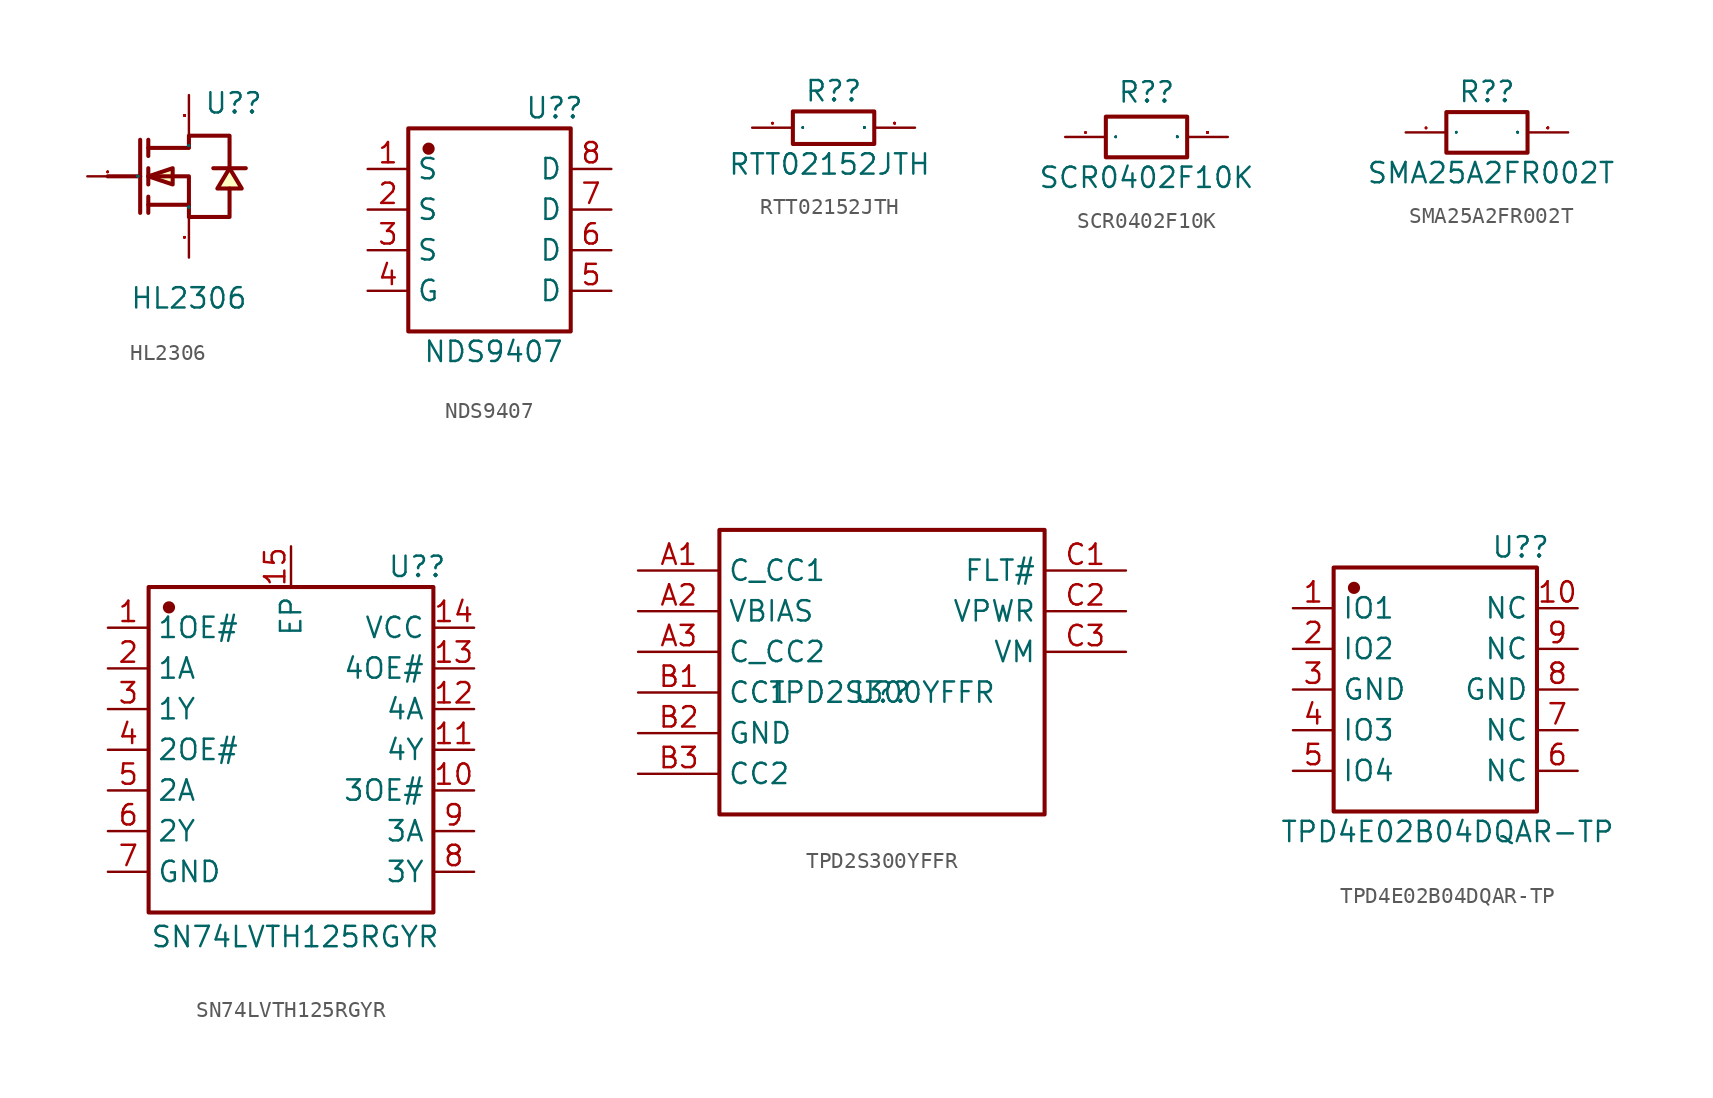
<source format=kicad_sym>
(kicad_symbol_lib
  (version 20231120)
  (generator "kicad_symbol_editor")
  (generator_version "8.0")
  (symbol "HL2306"
    (property "Reference" "U?"
      (at 4.064 4.572 0)
      (effects (font (size 1.27 1.27))))
    (property "Value" "HL2306"
      (at 1.27 -7.62 0)
      (effects (font (size 1.27 1.27))))
    (symbol "HL2306_0_0"
      (polyline (pts (xy -3.81 0) (xy -1.778 0)) (stroke (width 0.254) (type solid)) (fill (type none)))
      (polyline (pts (xy -1.778 2.286) (xy -1.778 -2.286)) (stroke (width 0.254) (type solid)) (fill (type none)))
      (polyline (pts (xy -1.27 -2.286) (xy -1.27 -1.27)) (stroke (width 0.254) (type solid)) (fill (type none)))
      (polyline (pts (xy -1.27 -0.508) (xy -1.27 0.508)) (stroke (width 0.254) (type solid)) (fill (type none)))
      (polyline (pts (xy -1.27 2.286) (xy -1.27 1.27)) (stroke (width 0.254) (type solid)) (fill (type none)))
      (polyline (pts (xy 1.27 -1.778) (xy -1.27 -1.778)) (stroke (width 0.254) (type solid)) (fill (type none)))
      (polyline (pts (xy -1.27 0) (xy 0.254 -0.508) (xy 0.254 0.508) (xy -1.27 0)) (stroke (width 0.254) (type solid)) (fill (type background)))
      (polyline (pts (xy 3.81 0.508) (xy 3.048 -0.762) (xy 4.572 -0.762) (xy 3.81 0.508)) (stroke (width 0.254) (type solid)) (fill (type background)))
      (polyline (pts (xy 4.826 0.508) (xy 4.318 0.508) (xy 3.302 0.508) (xy 2.794 0.508)) (stroke (width 0.254) (type solid)) (fill (type none)))
      (polyline (pts (xy -1.27 0) (xy 1.27 0) (xy 1.27 -2.54) (xy 3.81 -2.54) (xy 3.81 -0.762)) (stroke (width 0.254) (type solid)) (fill (type none)))
      (polyline (pts (xy -1.27 1.778) (xy 1.27 1.778) (xy 1.27 2.54) (xy 3.81 2.54) (xy 3.81 0.508)) (stroke (width 0.254) (type solid)) (fill (type none)))
      (pin unspecified line (at -5.08 0 0) (length 2.54) (name "G" (effects (font (size 0.025 0.025)))) (number "1" (effects (font (size 0.025 0.025)))))
      (pin unspecified line (at 1.27 -5.08 90) (length 2.54) (name "S" (effects (font (size 0.025 0.025)))) (number "2" (effects (font (size 0.025 0.025)))))
      (pin unspecified line (at 1.27 5.08 270) (length 2.54) (name "D" (effects (font (size 0.025 0.025)))) (number "3" (effects (font (size 0.025 0.025)))))))
  (symbol "NDS9407"
    (property "Reference" "U?"
      (at 4.064 8.89 0)
      (effects (font (size 1.27 1.27))))
    (property "Value" "NDS9407"
      (at 0.254 -6.35 0)
      (effects (font (size 1.27 1.27))))
    (symbol "NDS9407_0_0"
      (rectangle (start -5.08 7.62) (end 5.08 -5.08) (stroke (width 0.254) (type solid)) (fill (type none)))
      (circle (center -3.81 6.35) (radius 0.254) (stroke (width 0.254) (type solid)) (fill (type outline)))
      (pin unspecified line (at -7.62 5.08 0) (length 2.54) (name "S" (effects (font (size 1.27 1.27)))) (number "1" (effects (font (size 1.27 1.27)))))
      (pin unspecified line (at -7.62 2.54 0) (length 2.54) (name "S" (effects (font (size 1.27 1.27)))) (number "2" (effects (font (size 1.27 1.27)))))
      (pin unspecified line (at -7.62 0 0) (length 2.54) (name "S" (effects (font (size 1.27 1.27)))) (number "3" (effects (font (size 1.27 1.27)))))
      (pin unspecified line (at -7.62 -2.54 0) (length 2.54) (name "G" (effects (font (size 1.27 1.27)))) (number "4" (effects (font (size 1.27 1.27)))))
      (pin unspecified line (at 7.62 -2.54 180) (length 2.54) (name "D" (effects (font (size 1.27 1.27)))) (number "5" (effects (font (size 1.27 1.27)))))
      (pin unspecified line (at 7.62 0 180) (length 2.54) (name "D" (effects (font (size 1.27 1.27)))) (number "6" (effects (font (size 1.27 1.27)))))
      (pin unspecified line (at 7.62 2.54 180) (length 2.54) (name "D" (effects (font (size 1.27 1.27)))) (number "7" (effects (font (size 1.27 1.27)))))
      (pin unspecified line (at 7.62 5.08 180) (length 2.54) (name "D" (effects (font (size 1.27 1.27)))) (number "8" (effects (font (size 1.27 1.27)))))))
  (symbol "RTT02152JTH"
    (property "Reference" "R?"
      (at 0 2.286 0)
      (effects (font (size 1.27 1.27))))
    (property "Value" "RTT02152JTH"
      (at -0.254 -2.286 0)
      (effects (font (size 1.27 1.27))))
    (symbol "RTT02152JTH_0_0"
      (rectangle (start -2.54 1.016) (end 2.54 -1.016) (stroke (width 0.254) (type solid)) (fill (type none)))
      (pin input line (at -5.08 0 0) (length 2.54) (name "1" (effects (font (size 0.025 0.025)))) (number "1" (effects (font (size 0.025 0.025)))))
      (pin input line (at 5.08 0 180) (length 2.54) (name "2" (effects (font (size 0.025 0.025)))) (number "2" (effects (font (size 0.025 0.025)))))))
  (symbol "SCR0402F10K"
    (property "Reference" "R?"
      (at 0 2.794 0)
      (effects (font (size 1.27 1.27))))
    (property "Value" "SCR0402F10K"
      (at 0 -2.54 0)
      (effects (font (size 1.27 1.27))))
    (symbol "SCR0402F10K_0_0"
      (rectangle (start -2.54 1.27) (end 2.54 -1.27) (stroke (width 0.254) (type solid)) (fill (type none)))
      (pin unspecified line (at -5.08 0 0) (length 2.54) (name "1" (effects (font (size 0.025 0.025)))) (number "1" (effects (font (size 0.025 0.025)))))
      (pin unspecified line (at 5.08 0 180) (length 2.54) (name "2" (effects (font (size 0.025 0.025)))) (number "2" (effects (font (size 0.025 0.025)))))))
  (symbol "SMA25A2FR002T"
    (property "Reference" "R?"
      (at 0 2.54 0)
      (effects (font (size 1.27 1.27))))
    (property "Value" "SMA25A2FR002T"
      (at 0.254 -2.54 0)
      (effects (font (size 1.27 1.27))))
    (symbol "SMA25A2FR002T_0_0"
      (rectangle (start -2.54 1.27) (end 2.54 -1.27) (stroke (width 0.254) (type solid)) (fill (type none)))
      (pin unspecified line (at -5.08 0 0) (length 2.54) (name "1" (effects (font (size 0.025 0.025)))) (number "1" (effects (font (size 0.025 0.025)))))
      (pin unspecified line (at 5.08 0 180) (length 2.54) (name "2" (effects (font (size 0.025 0.025)))) (number "2" (effects (font (size 0.025 0.025)))))))
  (symbol "SN74LVTH125RGYR"
    (property "Reference" "U?"
      (at 7.874 11.43 0)
      (effects (font (size 1.27 1.27))))
    (property "Value" "SN74LVTH125RGYR"
      (at 0.254 -11.684 0)
      (effects (font (size 1.27 1.27))))
    (symbol "SN74LVTH125RGYR_0_0"
      (rectangle (start -8.89 10.16) (end 8.89 -10.16) (stroke (width 0.254) (type solid)) (fill (type none)))
      (circle (center -7.62 8.89) (radius 0.254) (stroke (width 0.254) (type solid)) (fill (type outline)))
      (pin unspecified line (at -11.43 7.62 0) (length 2.54) (name "1OE#" (effects (font (size 1.27 1.27)))) (number "1" (effects (font (size 1.27 1.27)))))
      (pin unspecified line (at 11.43 -2.54 180) (length 2.54) (name "3OE#" (effects (font (size 1.27 1.27)))) (number "10" (effects (font (size 1.27 1.27)))))
      (pin unspecified line (at 11.43 0 180) (length 2.54) (name "4Y" (effects (font (size 1.27 1.27)))) (number "11" (effects (font (size 1.27 1.27)))))
      (pin unspecified line (at 11.43 2.54 180) (length 2.54) (name "4A" (effects (font (size 1.27 1.27)))) (number "12" (effects (font (size 1.27 1.27)))))
      (pin unspecified line (at 11.43 5.08 180) (length 2.54) (name "4OE#" (effects (font (size 1.27 1.27)))) (number "13" (effects (font (size 1.27 1.27)))))
      (pin unspecified line (at 11.43 7.62 180) (length 2.54) (name "VCC" (effects (font (size 1.27 1.27)))) (number "14" (effects (font (size 1.27 1.27)))))
      (pin unspecified line (at 0 12.7 270) (length 2.54) (name "EP" (effects (font (size 1.27 1.27)))) (number "15" (effects (font (size 1.27 1.27)))))
      (pin unspecified line (at -11.43 5.08 0) (length 2.54) (name "1A" (effects (font (size 1.27 1.27)))) (number "2" (effects (font (size 1.27 1.27)))))
      (pin unspecified line (at -11.43 2.54 0) (length 2.54) (name "1Y" (effects (font (size 1.27 1.27)))) (number "3" (effects (font (size 1.27 1.27)))))
      (pin unspecified line (at -11.43 0 0) (length 2.54) (name "2OE#" (effects (font (size 1.27 1.27)))) (number "4" (effects (font (size 1.27 1.27)))))
      (pin unspecified line (at -11.43 -2.54 0) (length 2.54) (name "2A" (effects (font (size 1.27 1.27)))) (number "5" (effects (font (size 1.27 1.27)))))
      (pin unspecified line (at -11.43 -5.08 0) (length 2.54) (name "2Y" (effects (font (size 1.27 1.27)))) (number "6" (effects (font (size 1.27 1.27)))))
      (pin unspecified line (at -11.43 -7.62 0) (length 2.54) (name "GND" (effects (font (size 1.27 1.27)))) (number "7" (effects (font (size 1.27 1.27)))))
      (pin unspecified line (at 11.43 -7.62 180) (length 2.54) (name "3Y" (effects (font (size 1.27 1.27)))) (number "8" (effects (font (size 1.27 1.27)))))
      (pin unspecified line (at 11.43 -5.08 180) (length 2.54) (name "3A" (effects (font (size 1.27 1.27)))) (number "9" (effects (font (size 1.27 1.27)))))))
  (symbol "TPD2S300YFFR"
    (property "Reference" "U?"
      (at 0 0 0)
      (effects (font (size 1.27 1.27))))
    (property "Value" "TPD2S300YFFR"
      (at 0 0 0)
      (effects (font (size 1.27 1.27))))
    (symbol "TPD2S300YFFR_0_0"
      (rectangle (start -10.16 10.16) (end 10.16 -7.62) (stroke (width 0.254) (type solid)) (fill (type none)))
      (pin unspecified line (at -15.24 7.62 0) (length 5.08) (name "C_CC1" (effects (font (size 1.27 1.27)))) (number "A1" (effects (font (size 1.27 1.27)))))
      (pin unspecified line (at -15.24 5.08 0) (length 5.08) (name "VBIAS" (effects (font (size 1.27 1.27)))) (number "A2" (effects (font (size 1.27 1.27)))))
      (pin unspecified line (at -15.24 2.54 0) (length 5.08) (name "C_CC2" (effects (font (size 1.27 1.27)))) (number "A3" (effects (font (size 1.27 1.27)))))
      (pin unspecified line (at -15.24 0 0) (length 5.08) (name "CC1" (effects (font (size 1.27 1.27)))) (number "B1" (effects (font (size 1.27 1.27)))))
      (pin unspecified line (at -15.24 -2.54 0) (length 5.08) (name "GND" (effects (font (size 1.27 1.27)))) (number "B2" (effects (font (size 1.27 1.27)))))
      (pin unspecified line (at -15.24 -5.08 0) (length 5.08) (name "CC2" (effects (font (size 1.27 1.27)))) (number "B3" (effects (font (size 1.27 1.27)))))
      (pin unspecified line (at 15.24 7.62 180) (length 5.08) (name "FLT#" (effects (font (size 1.27 1.27)))) (number "C1" (effects (font (size 1.27 1.27)))))
      (pin unspecified line (at 15.24 5.08 180) (length 5.08) (name "VPWR" (effects (font (size 1.27 1.27)))) (number "C2" (effects (font (size 1.27 1.27)))))
      (pin unspecified line (at 15.24 2.54 180) (length 5.08) (name "VM" (effects (font (size 1.27 1.27)))) (number "C3" (effects (font (size 1.27 1.27)))))))
  (symbol "TPD4E02B04DQAR-TP"
    (property "Reference" "U?"
      (at 5.334 8.89 0)
      (effects (font (size 1.27 1.27))))
    (property "Value" "TPD4E02B04DQAR-TP"
      (at 0.762 -8.89 0)
      (effects (font (size 1.27 1.27))))
    (symbol "TPD4E02B04DQAR-TP_0_0"
      (rectangle (start -6.35 7.62) (end 6.35 -7.62) (stroke (width 0.254) (type solid)) (fill (type none)))
      (circle (center -5.08 6.35) (radius 0.254) (stroke (width 0.254) (type solid)) (fill (type outline)))
      (pin unspecified line (at -8.89 5.08 0) (length 2.54) (name "IO1" (effects (font (size 1.27 1.27)))) (number "1" (effects (font (size 1.27 1.27)))))
      (pin unspecified line (at 8.89 5.08 180) (length 2.54) (name "NC" (effects (font (size 1.27 1.27)))) (number "10" (effects (font (size 1.27 1.27)))))
      (pin unspecified line (at -8.89 2.54 0) (length 2.54) (name "IO2" (effects (font (size 1.27 1.27)))) (number "2" (effects (font (size 1.27 1.27)))))
      (pin unspecified line (at -8.89 0 0) (length 2.54) (name "GND" (effects (font (size 1.27 1.27)))) (number "3" (effects (font (size 1.27 1.27)))))
      (pin unspecified line (at -8.89 -2.54 0) (length 2.54) (name "IO3" (effects (font (size 1.27 1.27)))) (number "4" (effects (font (size 1.27 1.27)))))
      (pin unspecified line (at -8.89 -5.08 0) (length 2.54) (name "IO4" (effects (font (size 1.27 1.27)))) (number "5" (effects (font (size 1.27 1.27)))))
      (pin unspecified line (at 8.89 -5.08 180) (length 2.54) (name "NC" (effects (font (size 1.27 1.27)))) (number "6" (effects (font (size 1.27 1.27)))))
      (pin unspecified line (at 8.89 -2.54 180) (length 2.54) (name "NC" (effects (font (size 1.27 1.27)))) (number "7" (effects (font (size 1.27 1.27)))))
      (pin unspecified line (at 8.89 0 180) (length 2.54) (name "GND" (effects (font (size 1.27 1.27)))) (number "8" (effects (font (size 1.27 1.27)))))
      (pin unspecified line (at 8.89 2.54 180) (length 2.54) (name "NC" (effects (font (size 1.27 1.27)))) (number "9" (effects (font (size 1.27 1.27))))))))
</source>
